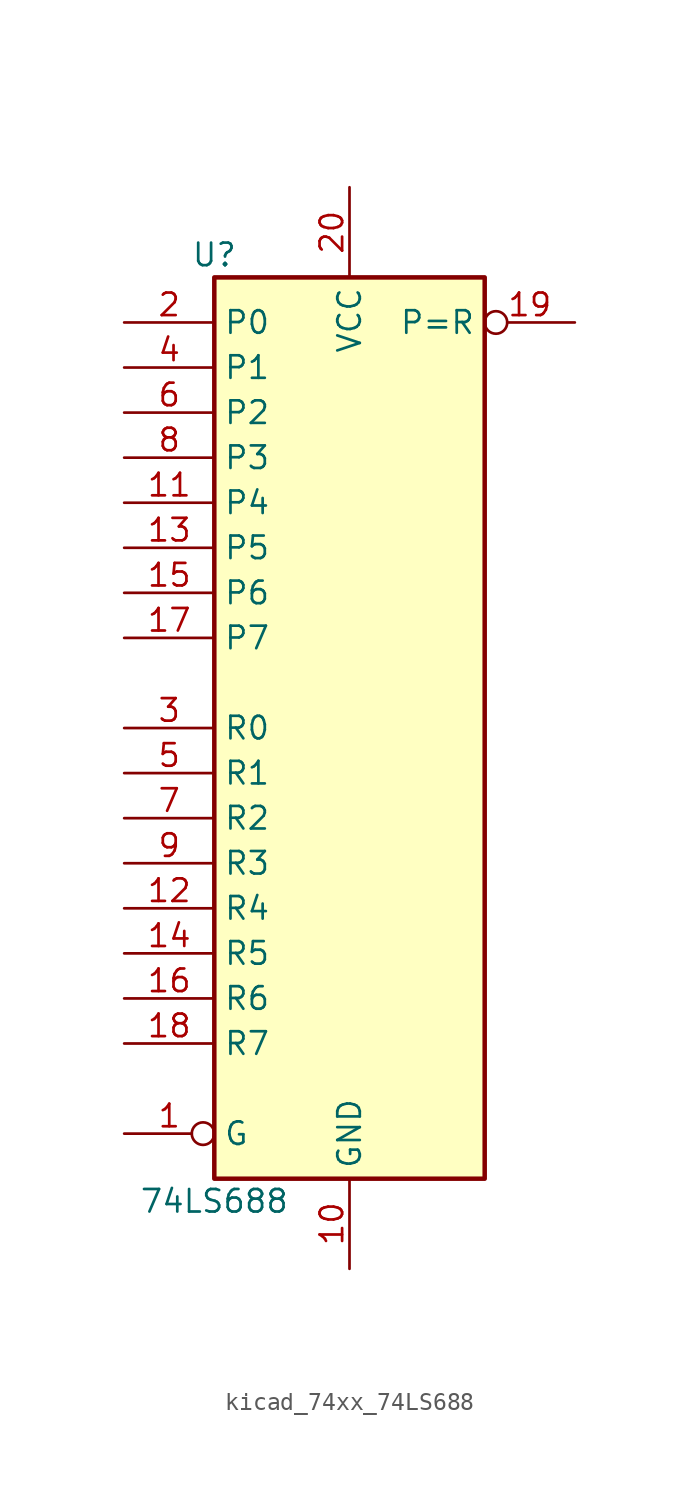
<source format=kicad_sym>
(kicad_symbol_lib
  (version 20220914)
  (generator kicad_symbol_editor)
  (symbol "kicad_74xx_74LS688"
    (property "Reference" "U"
      (at -7.62 26.67 0)
      (effects (font (size 1.27 1.27))))
    (property "Value" "74LS688"
      (at -7.62 -26.67 0)
      (effects (font (size 1.27 1.27))))
    (symbol "kicad_74xx_74LS688_1_0"
      (pin input inverted (at -12.7 -22.86 0) (length 5.08) (name "G" (effects (font (size 1.27 1.27)))) (number "1" (effects (font (size 1.27 1.27)))))
      (pin power_in line (at 0 -30.48 90) (length 5.08) (name "GND" (effects (font (size 1.27 1.27)))) (number "10" (effects (font (size 1.27 1.27)))))
      (pin input line (at -12.7 12.7 0) (length 5.08) (name "P4" (effects (font (size 1.27 1.27)))) (number "11" (effects (font (size 1.27 1.27)))))
      (pin input line (at -12.7 -10.16 0) (length 5.08) (name "R4" (effects (font (size 1.27 1.27)))) (number "12" (effects (font (size 1.27 1.27)))))
      (pin input line (at -12.7 10.16 0) (length 5.08) (name "P5" (effects (font (size 1.27 1.27)))) (number "13" (effects (font (size 1.27 1.27)))))
      (pin input line (at -12.7 -12.7 0) (length 5.08) (name "R5" (effects (font (size 1.27 1.27)))) (number "14" (effects (font (size 1.27 1.27)))))
      (pin input line (at -12.7 7.62 0) (length 5.08) (name "P6" (effects (font (size 1.27 1.27)))) (number "15" (effects (font (size 1.27 1.27)))))
      (pin input line (at -12.7 -15.24 0) (length 5.08) (name "R6" (effects (font (size 1.27 1.27)))) (number "16" (effects (font (size 1.27 1.27)))))
      (pin input line (at -12.7 5.08 0) (length 5.08) (name "P7" (effects (font (size 1.27 1.27)))) (number "17" (effects (font (size 1.27 1.27)))))
      (pin input line (at -12.7 -17.78 0) (length 5.08) (name "R7" (effects (font (size 1.27 1.27)))) (number "18" (effects (font (size 1.27 1.27)))))
      (pin output inverted (at 12.7 22.86 180) (length 5.08) (name "P=R" (effects (font (size 1.27 1.27)))) (number "19" (effects (font (size 1.27 1.27)))))
      (pin input line (at -12.7 22.86 0) (length 5.08) (name "P0" (effects (font (size 1.27 1.27)))) (number "2" (effects (font (size 1.27 1.27)))))
      (pin power_in line (at 0 30.48 270) (length 5.08) (name "VCC" (effects (font (size 1.27 1.27)))) (number "20" (effects (font (size 1.27 1.27)))))
      (pin input line (at -12.7 0 0) (length 5.08) (name "R0" (effects (font (size 1.27 1.27)))) (number "3" (effects (font (size 1.27 1.27)))))
      (pin input line (at -12.7 20.32 0) (length 5.08) (name "P1" (effects (font (size 1.27 1.27)))) (number "4" (effects (font (size 1.27 1.27)))))
      (pin input line (at -12.7 -2.54 0) (length 5.08) (name "R1" (effects (font (size 1.27 1.27)))) (number "5" (effects (font (size 1.27 1.27)))))
      (pin input line (at -12.7 17.78 0) (length 5.08) (name "P2" (effects (font (size 1.27 1.27)))) (number "6" (effects (font (size 1.27 1.27)))))
      (pin input line (at -12.7 -5.08 0) (length 5.08) (name "R2" (effects (font (size 1.27 1.27)))) (number "7" (effects (font (size 1.27 1.27)))))
      (pin input line (at -12.7 15.24 0) (length 5.08) (name "P3" (effects (font (size 1.27 1.27)))) (number "8" (effects (font (size 1.27 1.27)))))
      (pin input line (at -12.7 -7.62 0) (length 5.08) (name "R3" (effects (font (size 1.27 1.27)))) (number "9" (effects (font (size 1.27 1.27))))))
    (symbol "kicad_74xx_74LS688_1_1"
      (rectangle (start -7.62 25.4) (end 7.62 -25.4) (stroke (width 0.254) (type default)) (fill (type background))))))
</source>
